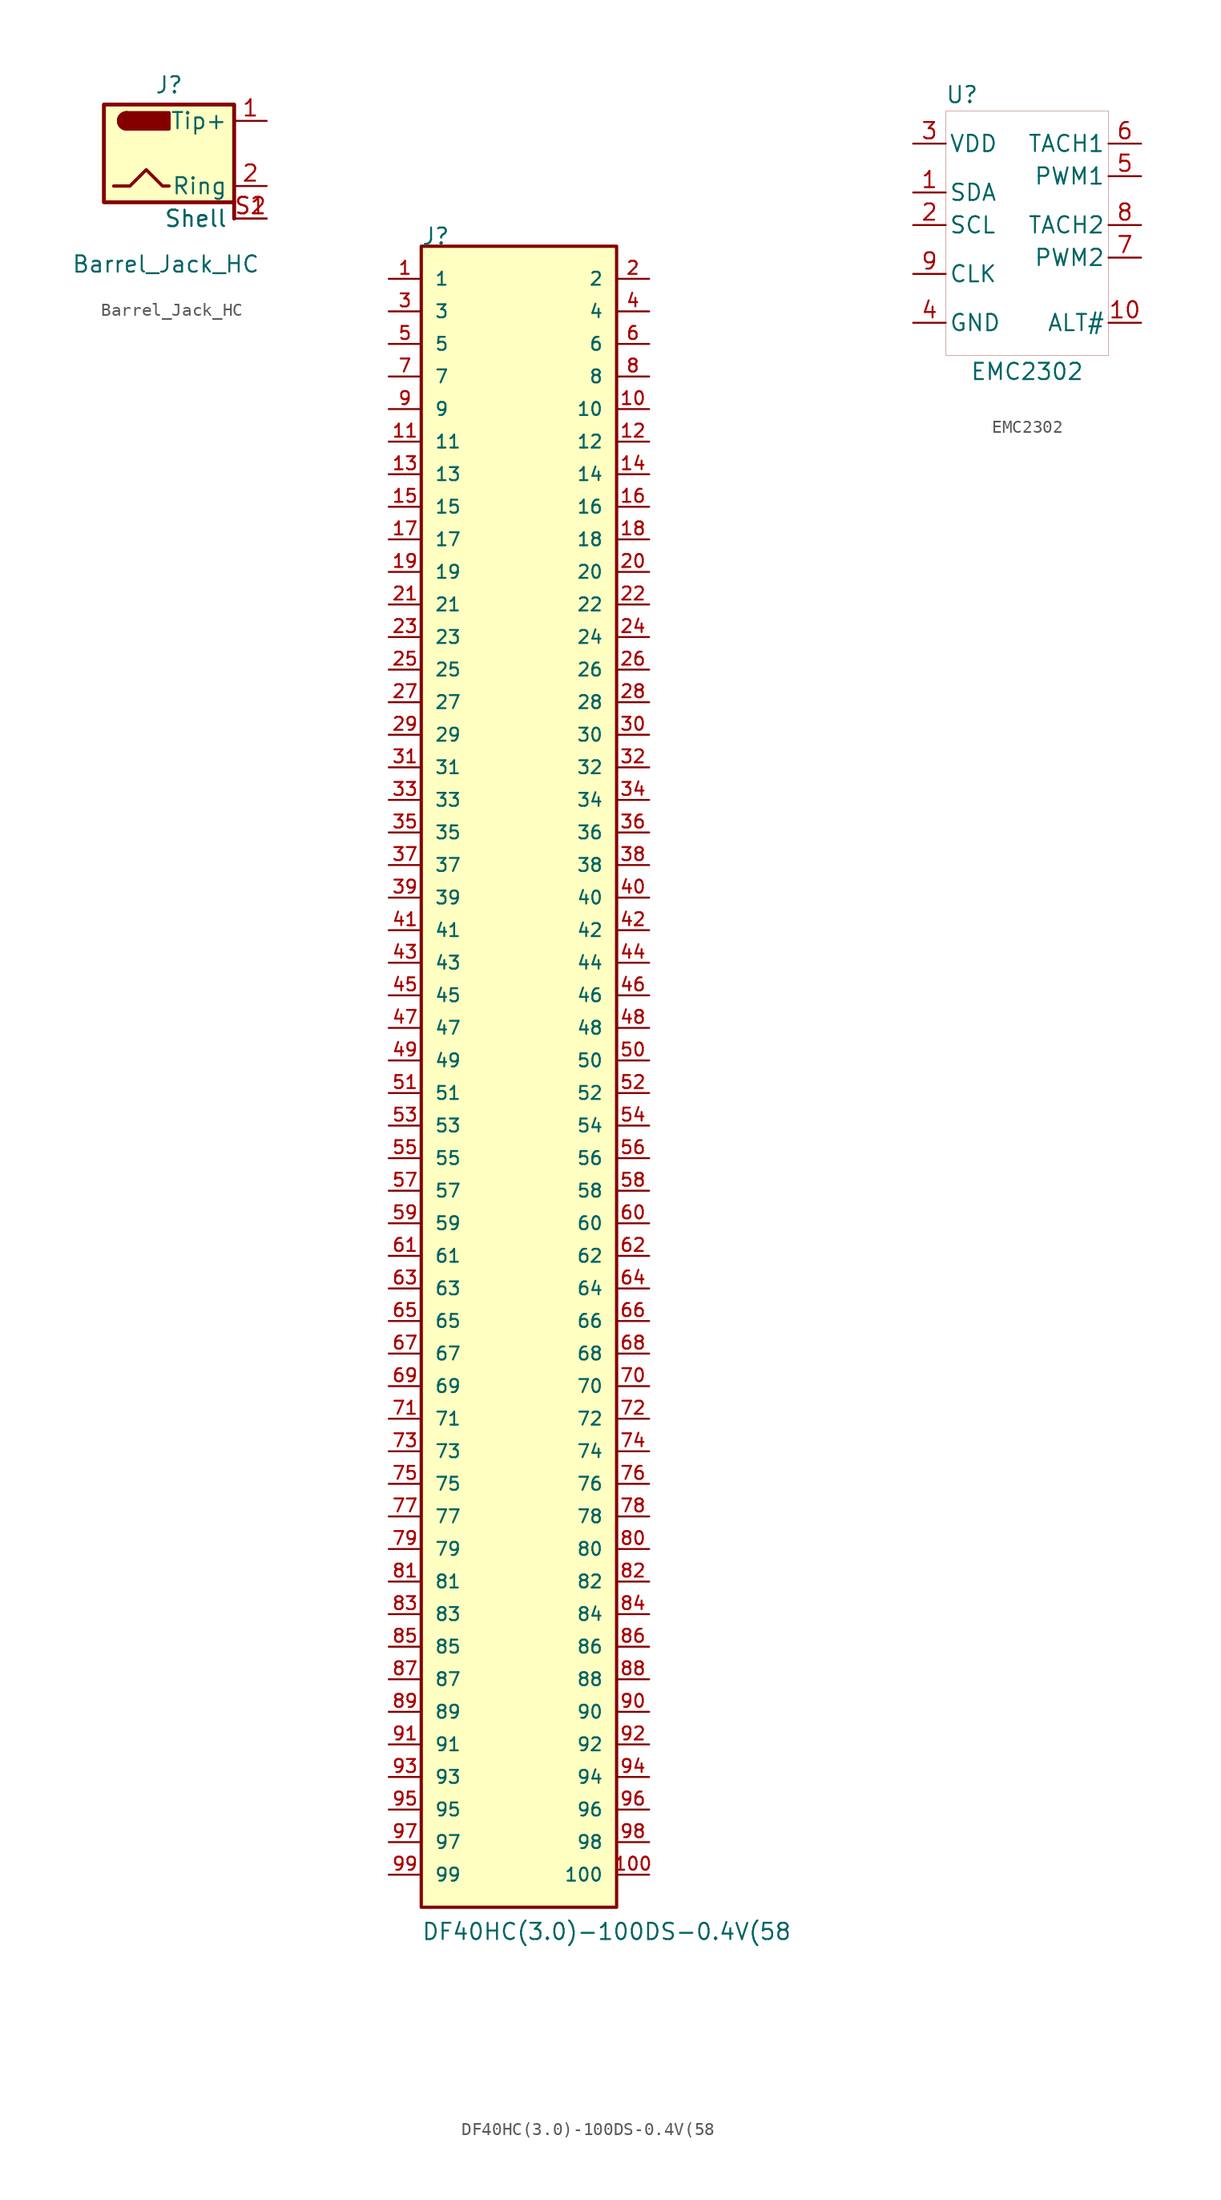
<source format=kicad_sym>
(kicad_symbol_lib
  (version 20231120)
  (generator "kicad_symbol_editor")
  (generator_version "8.0")
  (symbol "Barrel_Jack_HC"
    (property "Reference" "J"
      (at 0 5.334 0)
      (effects (font (size 1.27 1.27))))
    (property "Value" "Barrel_Jack_HC"
      (at -0.254 -8.636 0)
      (effects (font (size 1.27 1.27))))
    (symbol "Barrel_Jack_HC_0_1"
      (arc (start -3.302 3.175) (mid -3.9342 2.54) (end -3.302 1.905) (stroke (width 0.254) (type default)) (fill (type none)))
      (arc (start -3.302 3.175) (mid -3.9342 2.54) (end -3.302 1.905) (stroke (width 0.254) (type default)) (fill (type outline)))
      (rectangle (start -3.302 3.175) (end 0 1.905) (stroke (width 0.254) (type default)) (fill (type outline)))
      (polyline (pts (xy -4.318 -2.54) (xy -3.048 -2.54) (xy -1.778 -1.27) (xy -0.508 -2.54) (xy 0 -2.54) (xy 0 -2.54)) (stroke (width 0.254) (type default)) (fill (type none))))
    (symbol "Barrel_Jack_HC_1_0"
      (pin passive line (at 7.62 -5.08 180) (length 2.54) (name "Shell" (effects (font (size 1.27 1.27)))) (number "S2" (effects (font (size 1.27 1.27))))))
    (symbol "Barrel_Jack_HC_1_1"
      (rectangle (start -5.08 3.81) (end 5.08 -3.81) (stroke (width 0.3) (type default)) (fill (type background)))
      (polyline (pts (xy 5.08 -5.08) (xy 5.08 -5.08) (xy 5.08 -3.81) (xy 5.08 -3.81)) (stroke (width 0.3) (type default)) (fill (type none)))
      (pin passive line (at 7.62 2.54 180) (length 2.54) (name "Tip+" (effects (font (size 1.27 1.27)))) (number "1" (effects (font (size 1.27 1.27)))))
      (pin passive line (at 7.62 -2.54 180) (length 2.54) (name "Ring" (effects (font (size 1.27 1.27)))) (number "2" (effects (font (size 1.27 1.27)))))
      (pin passive line (at 7.62 -5.08 180) (length 2.54) (name "Shell" (effects (font (size 1.27 1.27)))) (number "S1" (effects (font (size 1.27 1.27)))))))
  (symbol "DF40HC(3.0)-100DS-0.4V(58"
    (pin_names
      (offset 1.016))
    (property "Reference" "J"
      (at -7.62 63.525 0)
      (effects (font (size 1.27 1.27)) (justify left bottom)))
    (property "Value" "DF40HC(3.0)-100DS-0.4V(58"
      (at -7.62 -68.682 0)
      (effects (font (size 1.27 1.27)) (justify left bottom)))
    (symbol "DF40HC(3.0)-100DS-0.4V(58_0_0"
      (rectangle (start -7.62 -66.04) (end 7.62 63.5) (stroke (width 0.254) (type default)) (fill (type background)))
      (pin passive line (at -10.16 60.96 0) (length 2.54) (name "1" (effects (font (size 1.016 1.016)))) (number "1" (effects (font (size 1.016 1.016)))))
      (pin passive line (at 10.16 50.8 180) (length 2.54) (name "10" (effects (font (size 1.016 1.016)))) (number "10" (effects (font (size 1.016 1.016)))))
      (pin passive line (at 10.16 -63.5 180) (length 2.54) (name "100" (effects (font (size 1.016 1.016)))) (number "100" (effects (font (size 1.016 1.016)))))
      (pin passive line (at -10.16 48.26 0) (length 2.54) (name "11" (effects (font (size 1.016 1.016)))) (number "11" (effects (font (size 1.016 1.016)))))
      (pin passive line (at 10.16 48.26 180) (length 2.54) (name "12" (effects (font (size 1.016 1.016)))) (number "12" (effects (font (size 1.016 1.016)))))
      (pin passive line (at -10.16 45.72 0) (length 2.54) (name "13" (effects (font (size 1.016 1.016)))) (number "13" (effects (font (size 1.016 1.016)))))
      (pin passive line (at 10.16 45.72 180) (length 2.54) (name "14" (effects (font (size 1.016 1.016)))) (number "14" (effects (font (size 1.016 1.016)))))
      (pin passive line (at -10.16 43.18 0) (length 2.54) (name "15" (effects (font (size 1.016 1.016)))) (number "15" (effects (font (size 1.016 1.016)))))
      (pin passive line (at 10.16 43.18 180) (length 2.54) (name "16" (effects (font (size 1.016 1.016)))) (number "16" (effects (font (size 1.016 1.016)))))
      (pin passive line (at -10.16 40.64 0) (length 2.54) (name "17" (effects (font (size 1.016 1.016)))) (number "17" (effects (font (size 1.016 1.016)))))
      (pin passive line (at 10.16 40.64 180) (length 2.54) (name "18" (effects (font (size 1.016 1.016)))) (number "18" (effects (font (size 1.016 1.016)))))
      (pin passive line (at -10.16 38.1 0) (length 2.54) (name "19" (effects (font (size 1.016 1.016)))) (number "19" (effects (font (size 1.016 1.016)))))
      (pin passive line (at 10.16 60.96 180) (length 2.54) (name "2" (effects (font (size 1.016 1.016)))) (number "2" (effects (font (size 1.016 1.016)))))
      (pin passive line (at 10.16 38.1 180) (length 2.54) (name "20" (effects (font (size 1.016 1.016)))) (number "20" (effects (font (size 1.016 1.016)))))
      (pin passive line (at -10.16 35.56 0) (length 2.54) (name "21" (effects (font (size 1.016 1.016)))) (number "21" (effects (font (size 1.016 1.016)))))
      (pin passive line (at 10.16 35.56 180) (length 2.54) (name "22" (effects (font (size 1.016 1.016)))) (number "22" (effects (font (size 1.016 1.016)))))
      (pin passive line (at -10.16 33.02 0) (length 2.54) (name "23" (effects (font (size 1.016 1.016)))) (number "23" (effects (font (size 1.016 1.016)))))
      (pin passive line (at 10.16 33.02 180) (length 2.54) (name "24" (effects (font (size 1.016 1.016)))) (number "24" (effects (font (size 1.016 1.016)))))
      (pin passive line (at -10.16 30.48 0) (length 2.54) (name "25" (effects (font (size 1.016 1.016)))) (number "25" (effects (font (size 1.016 1.016)))))
      (pin passive line (at 10.16 30.48 180) (length 2.54) (name "26" (effects (font (size 1.016 1.016)))) (number "26" (effects (font (size 1.016 1.016)))))
      (pin passive line (at -10.16 27.94 0) (length 2.54) (name "27" (effects (font (size 1.016 1.016)))) (number "27" (effects (font (size 1.016 1.016)))))
      (pin passive line (at 10.16 27.94 180) (length 2.54) (name "28" (effects (font (size 1.016 1.016)))) (number "28" (effects (font (size 1.016 1.016)))))
      (pin passive line (at -10.16 25.4 0) (length 2.54) (name "29" (effects (font (size 1.016 1.016)))) (number "29" (effects (font (size 1.016 1.016)))))
      (pin passive line (at -10.16 58.42 0) (length 2.54) (name "3" (effects (font (size 1.016 1.016)))) (number "3" (effects (font (size 1.016 1.016)))))
      (pin passive line (at 10.16 25.4 180) (length 2.54) (name "30" (effects (font (size 1.016 1.016)))) (number "30" (effects (font (size 1.016 1.016)))))
      (pin passive line (at -10.16 22.86 0) (length 2.54) (name "31" (effects (font (size 1.016 1.016)))) (number "31" (effects (font (size 1.016 1.016)))))
      (pin passive line (at 10.16 22.86 180) (length 2.54) (name "32" (effects (font (size 1.016 1.016)))) (number "32" (effects (font (size 1.016 1.016)))))
      (pin passive line (at -10.16 20.32 0) (length 2.54) (name "33" (effects (font (size 1.016 1.016)))) (number "33" (effects (font (size 1.016 1.016)))))
      (pin passive line (at 10.16 20.32 180) (length 2.54) (name "34" (effects (font (size 1.016 1.016)))) (number "34" (effects (font (size 1.016 1.016)))))
      (pin passive line (at -10.16 17.78 0) (length 2.54) (name "35" (effects (font (size 1.016 1.016)))) (number "35" (effects (font (size 1.016 1.016)))))
      (pin passive line (at 10.16 17.78 180) (length 2.54) (name "36" (effects (font (size 1.016 1.016)))) (number "36" (effects (font (size 1.016 1.016)))))
      (pin passive line (at -10.16 15.24 0) (length 2.54) (name "37" (effects (font (size 1.016 1.016)))) (number "37" (effects (font (size 1.016 1.016)))))
      (pin passive line (at 10.16 15.24 180) (length 2.54) (name "38" (effects (font (size 1.016 1.016)))) (number "38" (effects (font (size 1.016 1.016)))))
      (pin passive line (at -10.16 12.7 0) (length 2.54) (name "39" (effects (font (size 1.016 1.016)))) (number "39" (effects (font (size 1.016 1.016)))))
      (pin passive line (at 10.16 58.42 180) (length 2.54) (name "4" (effects (font (size 1.016 1.016)))) (number "4" (effects (font (size 1.016 1.016)))))
      (pin passive line (at 10.16 12.7 180) (length 2.54) (name "40" (effects (font (size 1.016 1.016)))) (number "40" (effects (font (size 1.016 1.016)))))
      (pin passive line (at -10.16 10.16 0) (length 2.54) (name "41" (effects (font (size 1.016 1.016)))) (number "41" (effects (font (size 1.016 1.016)))))
      (pin passive line (at 10.16 10.16 180) (length 2.54) (name "42" (effects (font (size 1.016 1.016)))) (number "42" (effects (font (size 1.016 1.016)))))
      (pin passive line (at -10.16 7.62 0) (length 2.54) (name "43" (effects (font (size 1.016 1.016)))) (number "43" (effects (font (size 1.016 1.016)))))
      (pin passive line (at 10.16 7.62 180) (length 2.54) (name "44" (effects (font (size 1.016 1.016)))) (number "44" (effects (font (size 1.016 1.016)))))
      (pin passive line (at -10.16 5.08 0) (length 2.54) (name "45" (effects (font (size 1.016 1.016)))) (number "45" (effects (font (size 1.016 1.016)))))
      (pin passive line (at 10.16 5.08 180) (length 2.54) (name "46" (effects (font (size 1.016 1.016)))) (number "46" (effects (font (size 1.016 1.016)))))
      (pin passive line (at -10.16 2.54 0) (length 2.54) (name "47" (effects (font (size 1.016 1.016)))) (number "47" (effects (font (size 1.016 1.016)))))
      (pin passive line (at 10.16 2.54 180) (length 2.54) (name "48" (effects (font (size 1.016 1.016)))) (number "48" (effects (font (size 1.016 1.016)))))
      (pin passive line (at -10.16 0 0) (length 2.54) (name "49" (effects (font (size 1.016 1.016)))) (number "49" (effects (font (size 1.016 1.016)))))
      (pin passive line (at -10.16 55.88 0) (length 2.54) (name "5" (effects (font (size 1.016 1.016)))) (number "5" (effects (font (size 1.016 1.016)))))
      (pin passive line (at 10.16 0 180) (length 2.54) (name "50" (effects (font (size 1.016 1.016)))) (number "50" (effects (font (size 1.016 1.016)))))
      (pin passive line (at -10.16 -2.54 0) (length 2.54) (name "51" (effects (font (size 1.016 1.016)))) (number "51" (effects (font (size 1.016 1.016)))))
      (pin passive line (at 10.16 -2.54 180) (length 2.54) (name "52" (effects (font (size 1.016 1.016)))) (number "52" (effects (font (size 1.016 1.016)))))
      (pin passive line (at -10.16 -5.08 0) (length 2.54) (name "53" (effects (font (size 1.016 1.016)))) (number "53" (effects (font (size 1.016 1.016)))))
      (pin passive line (at 10.16 -5.08 180) (length 2.54) (name "54" (effects (font (size 1.016 1.016)))) (number "54" (effects (font (size 1.016 1.016)))))
      (pin passive line (at -10.16 -7.62 0) (length 2.54) (name "55" (effects (font (size 1.016 1.016)))) (number "55" (effects (font (size 1.016 1.016)))))
      (pin passive line (at 10.16 -7.62 180) (length 2.54) (name "56" (effects (font (size 1.016 1.016)))) (number "56" (effects (font (size 1.016 1.016)))))
      (pin passive line (at -10.16 -10.16 0) (length 2.54) (name "57" (effects (font (size 1.016 1.016)))) (number "57" (effects (font (size 1.016 1.016)))))
      (pin passive line (at 10.16 -10.16 180) (length 2.54) (name "58" (effects (font (size 1.016 1.016)))) (number "58" (effects (font (size 1.016 1.016)))))
      (pin passive line (at -10.16 -12.7 0) (length 2.54) (name "59" (effects (font (size 1.016 1.016)))) (number "59" (effects (font (size 1.016 1.016)))))
      (pin passive line (at 10.16 55.88 180) (length 2.54) (name "6" (effects (font (size 1.016 1.016)))) (number "6" (effects (font (size 1.016 1.016)))))
      (pin passive line (at 10.16 -12.7 180) (length 2.54) (name "60" (effects (font (size 1.016 1.016)))) (number "60" (effects (font (size 1.016 1.016)))))
      (pin passive line (at -10.16 -15.24 0) (length 2.54) (name "61" (effects (font (size 1.016 1.016)))) (number "61" (effects (font (size 1.016 1.016)))))
      (pin passive line (at 10.16 -15.24 180) (length 2.54) (name "62" (effects (font (size 1.016 1.016)))) (number "62" (effects (font (size 1.016 1.016)))))
      (pin passive line (at -10.16 -17.78 0) (length 2.54) (name "63" (effects (font (size 1.016 1.016)))) (number "63" (effects (font (size 1.016 1.016)))))
      (pin passive line (at 10.16 -17.78 180) (length 2.54) (name "64" (effects (font (size 1.016 1.016)))) (number "64" (effects (font (size 1.016 1.016)))))
      (pin passive line (at -10.16 -20.32 0) (length 2.54) (name "65" (effects (font (size 1.016 1.016)))) (number "65" (effects (font (size 1.016 1.016)))))
      (pin passive line (at 10.16 -20.32 180) (length 2.54) (name "66" (effects (font (size 1.016 1.016)))) (number "66" (effects (font (size 1.016 1.016)))))
      (pin passive line (at -10.16 -22.86 0) (length 2.54) (name "67" (effects (font (size 1.016 1.016)))) (number "67" (effects (font (size 1.016 1.016)))))
      (pin passive line (at 10.16 -22.86 180) (length 2.54) (name "68" (effects (font (size 1.016 1.016)))) (number "68" (effects (font (size 1.016 1.016)))))
      (pin passive line (at -10.16 -25.4 0) (length 2.54) (name "69" (effects (font (size 1.016 1.016)))) (number "69" (effects (font (size 1.016 1.016)))))
      (pin passive line (at -10.16 53.34 0) (length 2.54) (name "7" (effects (font (size 1.016 1.016)))) (number "7" (effects (font (size 1.016 1.016)))))
      (pin passive line (at 10.16 -25.4 180) (length 2.54) (name "70" (effects (font (size 1.016 1.016)))) (number "70" (effects (font (size 1.016 1.016)))))
      (pin passive line (at -10.16 -27.94 0) (length 2.54) (name "71" (effects (font (size 1.016 1.016)))) (number "71" (effects (font (size 1.016 1.016)))))
      (pin passive line (at 10.16 -27.94 180) (length 2.54) (name "72" (effects (font (size 1.016 1.016)))) (number "72" (effects (font (size 1.016 1.016)))))
      (pin passive line (at -10.16 -30.48 0) (length 2.54) (name "73" (effects (font (size 1.016 1.016)))) (number "73" (effects (font (size 1.016 1.016)))))
      (pin passive line (at 10.16 -30.48 180) (length 2.54) (name "74" (effects (font (size 1.016 1.016)))) (number "74" (effects (font (size 1.016 1.016)))))
      (pin passive line (at -10.16 -33.02 0) (length 2.54) (name "75" (effects (font (size 1.016 1.016)))) (number "75" (effects (font (size 1.016 1.016)))))
      (pin passive line (at 10.16 -33.02 180) (length 2.54) (name "76" (effects (font (size 1.016 1.016)))) (number "76" (effects (font (size 1.016 1.016)))))
      (pin passive line (at -10.16 -35.56 0) (length 2.54) (name "77" (effects (font (size 1.016 1.016)))) (number "77" (effects (font (size 1.016 1.016)))))
      (pin passive line (at 10.16 -35.56 180) (length 2.54) (name "78" (effects (font (size 1.016 1.016)))) (number "78" (effects (font (size 1.016 1.016)))))
      (pin passive line (at -10.16 -38.1 0) (length 2.54) (name "79" (effects (font (size 1.016 1.016)))) (number "79" (effects (font (size 1.016 1.016)))))
      (pin passive line (at 10.16 53.34 180) (length 2.54) (name "8" (effects (font (size 1.016 1.016)))) (number "8" (effects (font (size 1.016 1.016)))))
      (pin passive line (at 10.16 -38.1 180) (length 2.54) (name "80" (effects (font (size 1.016 1.016)))) (number "80" (effects (font (size 1.016 1.016)))))
      (pin passive line (at -10.16 -40.64 0) (length 2.54) (name "81" (effects (font (size 1.016 1.016)))) (number "81" (effects (font (size 1.016 1.016)))))
      (pin passive line (at 10.16 -40.64 180) (length 2.54) (name "82" (effects (font (size 1.016 1.016)))) (number "82" (effects (font (size 1.016 1.016)))))
      (pin passive line (at -10.16 -43.18 0) (length 2.54) (name "83" (effects (font (size 1.016 1.016)))) (number "83" (effects (font (size 1.016 1.016)))))
      (pin passive line (at 10.16 -43.18 180) (length 2.54) (name "84" (effects (font (size 1.016 1.016)))) (number "84" (effects (font (size 1.016 1.016)))))
      (pin passive line (at -10.16 -45.72 0) (length 2.54) (name "85" (effects (font (size 1.016 1.016)))) (number "85" (effects (font (size 1.016 1.016)))))
      (pin passive line (at 10.16 -45.72 180) (length 2.54) (name "86" (effects (font (size 1.016 1.016)))) (number "86" (effects (font (size 1.016 1.016)))))
      (pin passive line (at -10.16 -48.26 0) (length 2.54) (name "87" (effects (font (size 1.016 1.016)))) (number "87" (effects (font (size 1.016 1.016)))))
      (pin passive line (at 10.16 -48.26 180) (length 2.54) (name "88" (effects (font (size 1.016 1.016)))) (number "88" (effects (font (size 1.016 1.016)))))
      (pin passive line (at -10.16 -50.8 0) (length 2.54) (name "89" (effects (font (size 1.016 1.016)))) (number "89" (effects (font (size 1.016 1.016)))))
      (pin passive line (at -10.16 50.8 0) (length 2.54) (name "9" (effects (font (size 1.016 1.016)))) (number "9" (effects (font (size 1.016 1.016)))))
      (pin passive line (at 10.16 -50.8 180) (length 2.54) (name "90" (effects (font (size 1.016 1.016)))) (number "90" (effects (font (size 1.016 1.016)))))
      (pin passive line (at -10.16 -53.34 0) (length 2.54) (name "91" (effects (font (size 1.016 1.016)))) (number "91" (effects (font (size 1.016 1.016)))))
      (pin passive line (at 10.16 -53.34 180) (length 2.54) (name "92" (effects (font (size 1.016 1.016)))) (number "92" (effects (font (size 1.016 1.016)))))
      (pin passive line (at -10.16 -55.88 0) (length 2.54) (name "93" (effects (font (size 1.016 1.016)))) (number "93" (effects (font (size 1.016 1.016)))))
      (pin passive line (at 10.16 -55.88 180) (length 2.54) (name "94" (effects (font (size 1.016 1.016)))) (number "94" (effects (font (size 1.016 1.016)))))
      (pin passive line (at -10.16 -58.42 0) (length 2.54) (name "95" (effects (font (size 1.016 1.016)))) (number "95" (effects (font (size 1.016 1.016)))))
      (pin passive line (at 10.16 -58.42 180) (length 2.54) (name "96" (effects (font (size 1.016 1.016)))) (number "96" (effects (font (size 1.016 1.016)))))
      (pin passive line (at -10.16 -60.96 0) (length 2.54) (name "97" (effects (font (size 1.016 1.016)))) (number "97" (effects (font (size 1.016 1.016)))))
      (pin passive line (at 10.16 -60.96 180) (length 2.54) (name "98" (effects (font (size 1.016 1.016)))) (number "98" (effects (font (size 1.016 1.016)))))
      (pin passive line (at -10.16 -63.5 0) (length 2.54) (name "99" (effects (font (size 1.016 1.016)))) (number "99" (effects (font (size 1.016 1.016)))))))
  (symbol "EMC2302"
    (pin_names
      (offset 0.254))
    (property "Reference" "U"
      (at 2.54 0 0)
      (effects (font (size 1.27 1.27))))
    (property "Value" "EMC2302"
      (at 7.62 -21.59 0)
      (effects (font (size 1.27 1.27))))
    (symbol "EMC2302_0_1"
      (rectangle (start 1.27 -1.27) (end 13.97 -20.32) (stroke (width 0.001) (type default)) (fill (type none))))
    (symbol "EMC2302_1_1"
      (pin open_collector line (at -1.27 -7.62 0) (length 2.54) (name "SDA" (effects (font (size 1.27 1.27)))) (number "1" (effects (font (size 1.27 1.27)))))
      (pin open_collector line (at 16.51 -17.78 180) (length 2.54) (name "ALT#" (effects (font (size 1.27 1.27)))) (number "10" (effects (font (size 1.27 1.27)))))
      (pin open_collector line (at -1.27 -10.16 0) (length 2.54) (name "SCL" (effects (font (size 1.27 1.27)))) (number "2" (effects (font (size 1.27 1.27)))))
      (pin power_in line (at -1.27 -3.81 0) (length 2.54) (name "VDD" (effects (font (size 1.27 1.27)))) (number "3" (effects (font (size 1.27 1.27)))))
      (pin power_in line (at -1.27 -17.78 0) (length 2.54) (name "GND" (effects (font (size 1.27 1.27)))) (number "4" (effects (font (size 1.27 1.27)))))
      (pin output line (at 16.51 -6.35 180) (length 2.54) (name "PWM1" (effects (font (size 1.27 1.27)))) (number "5" (effects (font (size 1.27 1.27)))))
      (pin input line (at 16.51 -3.81 180) (length 2.54) (name "TACH1" (effects (font (size 1.27 1.27)))) (number "6" (effects (font (size 1.27 1.27)))))
      (pin output line (at 16.51 -12.7 180) (length 2.54) (name "PWM2" (effects (font (size 1.27 1.27)))) (number "7" (effects (font (size 1.27 1.27)))))
      (pin input line (at 16.51 -10.16 180) (length 2.54) (name "TACH2" (effects (font (size 1.27 1.27)))) (number "8" (effects (font (size 1.27 1.27)))))
      (pin output line (at -1.27 -13.97 0) (length 2.54) (name "CLK" (effects (font (size 1.27 1.27)))) (number "9" (effects (font (size 1.27 1.27))))))))
</source>
